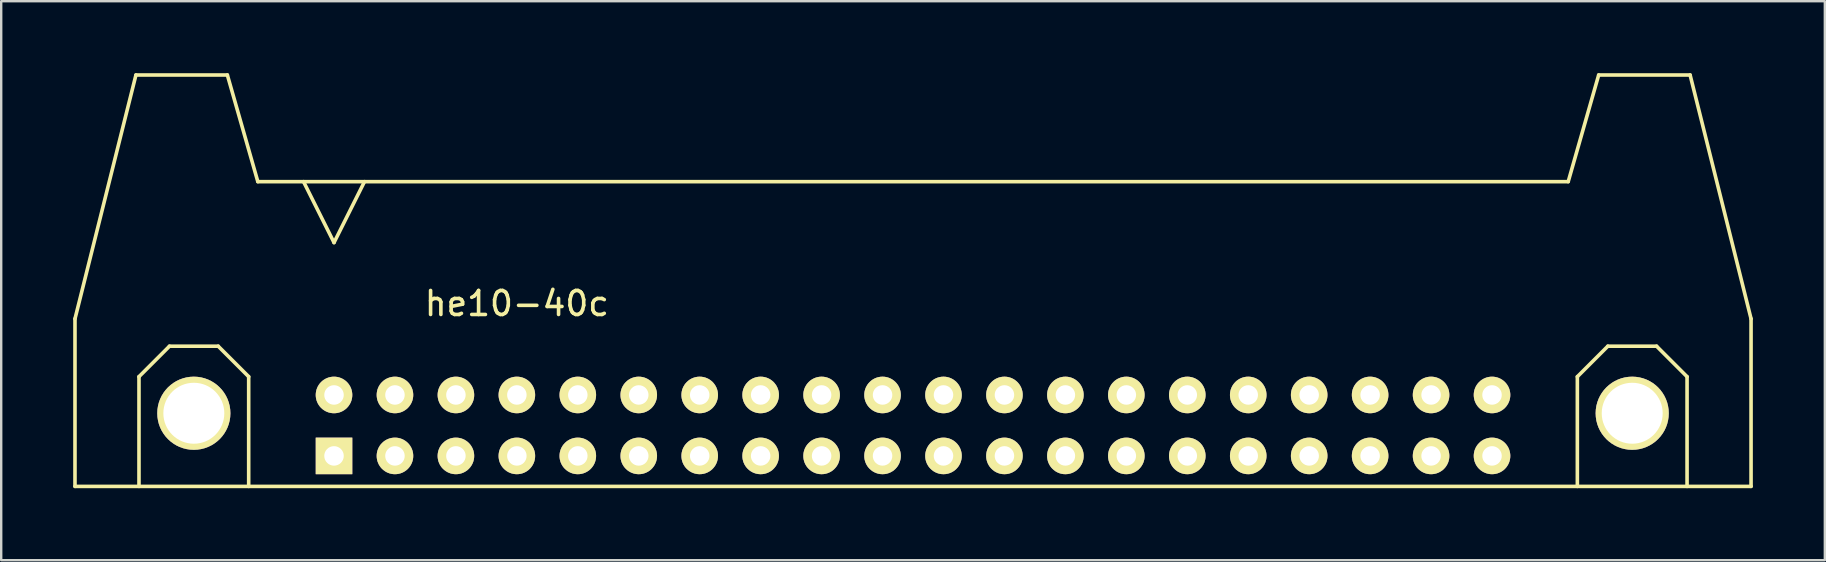
<source format=kicad_pcb>
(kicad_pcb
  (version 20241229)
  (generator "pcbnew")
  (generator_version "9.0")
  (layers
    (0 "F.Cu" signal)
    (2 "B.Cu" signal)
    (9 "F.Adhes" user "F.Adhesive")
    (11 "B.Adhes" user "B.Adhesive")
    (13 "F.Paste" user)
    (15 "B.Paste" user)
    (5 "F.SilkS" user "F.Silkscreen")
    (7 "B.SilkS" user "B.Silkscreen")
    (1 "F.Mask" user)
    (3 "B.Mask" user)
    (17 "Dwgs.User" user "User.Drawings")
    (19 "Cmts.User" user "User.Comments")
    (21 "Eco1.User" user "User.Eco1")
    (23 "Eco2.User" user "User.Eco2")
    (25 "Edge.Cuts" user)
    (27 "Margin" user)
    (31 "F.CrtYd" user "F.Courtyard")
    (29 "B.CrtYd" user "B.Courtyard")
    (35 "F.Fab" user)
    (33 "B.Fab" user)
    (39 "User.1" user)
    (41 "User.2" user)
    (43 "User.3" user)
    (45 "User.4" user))
  (footprint "he10-40c"
    (layer "F.Cu")
    (at 35 14.68)
    (property "Reference" "he10-40c" (at -16.51 -5.08 0) (layer "F.SilkS") (effects (font (size 1 1) (thickness 0.15))))
    (attr through_hole)
    (fp_line (start -34.925 -4.445) (end -34.925 2.54) (stroke (width 0.15) (type solid)) (layer "F.SilkS"))
    (fp_line (start -34.925 2.54) (end 34.925 2.54) (stroke (width 0.15) (type solid)) (layer "F.SilkS"))
    (fp_line (start -32.385 -14.605) (end -34.925 -4.445) (stroke (width 0.15) (type solid)) (layer "F.SilkS"))
    (fp_line (start -32.385 -14.605) (end -28.575 -14.605) (stroke (width 0.15) (type solid)) (layer "F.SilkS"))
    (fp_line (start -32.258 -2.032) (end -30.988 -3.302) (stroke (width 0.15) (type solid)) (layer "F.SilkS"))
    (fp_line (start -32.258 2.54) (end -32.258 -2.032) (stroke (width 0.15) (type solid)) (layer "F.SilkS"))
    (fp_line (start -30.988 -3.302) (end -28.956 -3.302) (stroke (width 0.15) (type solid)) (layer "F.SilkS"))
    (fp_line (start -28.956 -3.302) (end -27.686 -2.032) (stroke (width 0.15) (type solid)) (layer "F.SilkS"))
    (fp_line (start -28.575 -14.605) (end -27.305 -10.16) (stroke (width 0.15) (type solid)) (layer "F.SilkS"))
    (fp_line (start -27.686 -2.032) (end -27.686 2.54) (stroke (width 0.15) (type solid)) (layer "F.SilkS"))
    (fp_line (start -25.4 -10.16) (end -24.13 -7.62) (stroke (width 0.15) (type solid)) (layer "F.SilkS"))
    (fp_line (start -24.13 -7.62) (end -22.86 -10.16) (stroke (width 0.15) (type solid)) (layer "F.SilkS"))
    (fp_line (start 27.305 -10.16) (end -27.305 -10.16) (stroke (width 0.15) (type solid)) (layer "F.SilkS"))
    (fp_line (start 27.686 -2.032) (end 28.956 -3.302) (stroke (width 0.15) (type solid)) (layer "F.SilkS"))
    (fp_line (start 27.686 2.54) (end 27.686 -2.032) (stroke (width 0.15) (type solid)) (layer "F.SilkS"))
    (fp_line (start 28.575 -14.605) (end 27.305 -10.16) (stroke (width 0.15) (type solid)) (layer "F.SilkS"))
    (fp_line (start 28.956 -3.302) (end 30.988 -3.302) (stroke (width 0.15) (type solid)) (layer "F.SilkS"))
    (fp_line (start 30.988 -3.302) (end 32.258 -2.032) (stroke (width 0.15) (type solid)) (layer "F.SilkS"))
    (fp_line (start 32.258 -2.032) (end 32.258 2.54) (stroke (width 0.15) (type solid)) (layer "F.SilkS"))
    (fp_line (start 32.385 -14.605) (end 28.575 -14.605) (stroke (width 0.15) (type solid)) (layer "F.SilkS"))
    (fp_line (start 34.925 -4.445) (end 32.385 -14.605) (stroke (width 0.15) (type solid)) (layer "F.SilkS"))
    (fp_line (start 34.925 2.54) (end 34.925 -4.445) (stroke (width 0.15) (type solid)) (layer "F.SilkS"))
    (pad "0" thru_hole circle (at -29.972 -0.508) (size 3.048 3.048) (drill 2.54) (layers "*.Cu" "*.Mask" "F.SilkS"))
    (pad "0" thru_hole circle (at 29.972 -0.508) (size 3.048 3.048) (drill 2.54) (layers "*.Cu" "*.Mask" "F.SilkS"))
    (pad "1" thru_hole rect (at -24.13 1.27) (size 1.524 1.524) (drill 0.813) (layers "*.Cu" "*.Mask" "F.SilkS"))
    (pad "2" thru_hole circle (at -24.13 -1.27) (size 1.524 1.524) (drill 0.813) (layers "*.Cu" "*.Mask" "F.SilkS"))
    (pad "3" thru_hole circle (at -21.59 1.27) (size 1.524 1.524) (drill 0.813) (layers "*.Cu" "*.Mask" "F.SilkS"))
    (pad "4" thru_hole circle (at -21.59 -1.27) (size 1.524 1.524) (drill 0.813) (layers "*.Cu" "*.Mask" "F.SilkS"))
    (pad "5" thru_hole circle (at -19.05 1.27) (size 1.524 1.524) (drill 0.813) (layers "*.Cu" "*.Mask" "F.SilkS"))
    (pad "6" thru_hole circle (at -19.05 -1.27) (size 1.524 1.524) (drill 0.813) (layers "*.Cu" "*.Mask" "F.SilkS"))
    (pad "7" thru_hole circle (at -16.51 1.27) (size 1.524 1.524) (drill 0.813) (layers "*.Cu" "*.Mask" "F.SilkS"))
    (pad "8" thru_hole circle (at -16.51 -1.27) (size 1.524 1.524) (drill 0.813) (layers "*.Cu" "*.Mask" "F.SilkS"))
    (pad "9" thru_hole circle (at -13.97 1.27) (size 1.524 1.524) (drill 0.813) (layers "*.Cu" "*.Mask" "F.SilkS"))
    (pad "10" thru_hole circle (at -13.97 -1.27) (size 1.524 1.524) (drill 0.813) (layers "*.Cu" "*.Mask" "F.SilkS"))
    (pad "11" thru_hole circle (at -11.43 1.27) (size 1.524 1.524) (drill 0.813) (layers "*.Cu" "*.Mask" "F.SilkS"))
    (pad "12" thru_hole circle (at -11.43 -1.27) (size 1.524 1.524) (drill 0.813) (layers "*.Cu" "*.Mask" "F.SilkS"))
    (pad "13" thru_hole circle (at -8.89 1.27) (size 1.524 1.524) (drill 0.813) (layers "*.Cu" "*.Mask" "F.SilkS"))
    (pad "14" thru_hole circle (at -8.89 -1.27) (size 1.524 1.524) (drill 0.813) (layers "*.Cu" "*.Mask" "F.SilkS"))
    (pad "15" thru_hole circle (at -6.35 1.27) (size 1.524 1.524) (drill 0.813) (layers "*.Cu" "*.Mask" "F.SilkS"))
    (pad "16" thru_hole circle (at -6.35 -1.27) (size 1.524 1.524) (drill 0.813) (layers "*.Cu" "*.Mask" "F.SilkS"))
    (pad "17" thru_hole circle (at -3.81 1.27) (size 1.524 1.524) (drill 0.813) (layers "*.Cu" "*.Mask" "F.SilkS"))
    (pad "18" thru_hole circle (at -3.81 -1.27) (size 1.524 1.524) (drill 0.813) (layers "*.Cu" "*.Mask" "F.SilkS"))
    (pad "19" thru_hole circle (at -1.27 1.27) (size 1.524 1.524) (drill 0.813) (layers "*.Cu" "*.Mask" "F.SilkS"))
    (pad "20" thru_hole circle (at -1.27 -1.27) (size 1.524 1.524) (drill 0.813) (layers "*.Cu" "*.Mask" "F.SilkS"))
    (pad "21" thru_hole circle (at 1.27 1.27) (size 1.524 1.524) (drill 0.813) (layers "*.Cu" "*.Mask" "F.SilkS"))
    (pad "22" thru_hole circle (at 1.27 -1.27) (size 1.524 1.524) (drill 0.813) (layers "*.Cu" "*.Mask" "F.SilkS"))
    (pad "23" thru_hole circle (at 3.81 1.27) (size 1.524 1.524) (drill 0.813) (layers "*.Cu" "*.Mask" "F.SilkS"))
    (pad "24" thru_hole circle (at 3.81 -1.27) (size 1.524 1.524) (drill 0.813) (layers "*.Cu" "*.Mask" "F.SilkS"))
    (pad "25" thru_hole circle (at 6.35 1.27) (size 1.524 1.524) (drill 0.813) (layers "*.Cu" "*.Mask" "F.SilkS"))
    (pad "26" thru_hole circle (at 6.35 -1.27) (size 1.524 1.524) (drill 0.813) (layers "*.Cu" "*.Mask" "F.SilkS"))
    (pad "27" thru_hole circle (at 8.89 1.27) (size 1.524 1.524) (drill 0.813) (layers "*.Cu" "*.Mask" "F.SilkS"))
    (pad "28" thru_hole circle (at 8.89 -1.27) (size 1.524 1.524) (drill 0.813) (layers "*.Cu" "*.Mask" "F.SilkS"))
    (pad "29" thru_hole circle (at 11.43 1.27) (size 1.524 1.524) (drill 0.813) (layers "*.Cu" "*.Mask" "F.SilkS"))
    (pad "30" thru_hole circle (at 11.43 -1.27) (size 1.524 1.524) (drill 0.813) (layers "*.Cu" "*.Mask" "F.SilkS"))
    (pad "31" thru_hole circle (at 13.97 1.27) (size 1.524 1.524) (drill 0.813) (layers "*.Cu" "*.Mask" "F.SilkS"))
    (pad "32" thru_hole circle (at 13.97 -1.27) (size 1.524 1.524) (drill 0.813) (layers "*.Cu" "*.Mask" "F.SilkS"))
    (pad "33" thru_hole circle (at 16.51 1.27) (size 1.524 1.524) (drill 0.813) (layers "*.Cu" "*.Mask" "F.SilkS"))
    (pad "34" thru_hole circle (at 16.51 -1.27) (size 1.524 1.524) (drill 0.813) (layers "*.Cu" "*.Mask" "F.SilkS"))
    (pad "35" thru_hole circle (at 19.05 1.27) (size 1.524 1.524) (drill 0.813) (layers "*.Cu" "*.Mask" "F.SilkS"))
    (pad "36" thru_hole circle (at 19.05 -1.27) (size 1.524 1.524) (drill 0.813) (layers "*.Cu" "*.Mask" "F.SilkS"))
    (pad "37" thru_hole circle (at 21.59 1.27) (size 1.524 1.524) (drill 0.813) (layers "*.Cu" "*.Mask" "F.SilkS"))
    (pad "38" thru_hole circle (at 21.59 -1.27) (size 1.524 1.524) (drill 0.813) (layers "*.Cu" "*.Mask" "F.SilkS"))
    (pad "39" thru_hole circle (at 24.13 1.27) (size 1.524 1.524) (drill 0.813) (layers "*.Cu" "*.Mask" "F.SilkS"))
    (pad "40" thru_hole circle (at 24.13 -1.27) (size 1.524 1.524) (drill 0.813) (layers "*.Cu" "*.Mask" "F.SilkS")))
  (gr_rect
    (start -3 -3)
    (end 73 20.295)
    (stroke (width 0.1) (type default))
    (fill no)
    (layer "Edge.Cuts")))
</source>
